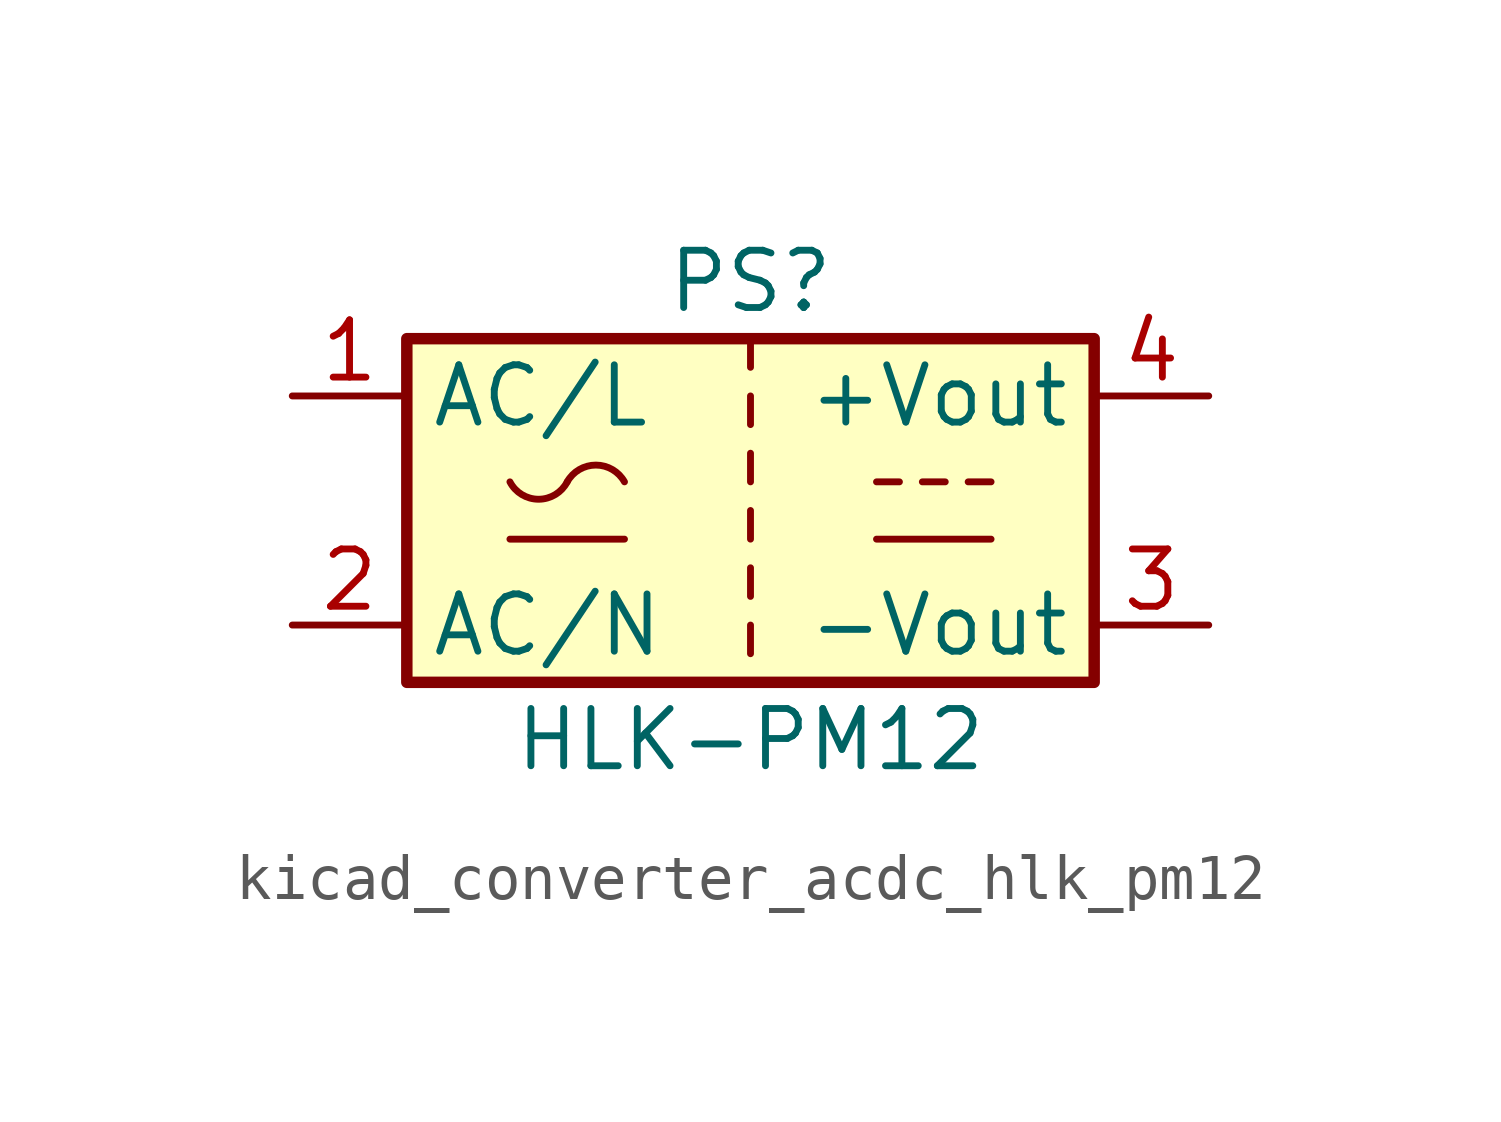
<source format=kicad_sym>
(kicad_symbol_lib
  (version 20220914)
  (generator kicad_symbol_editor)
  (symbol "kicad_converter_acdc_hlk_pm12"
    (property "Reference" "PS"
      (at 0 5.08 0)
      (effects (font (size 1.27 1.27))))
    (property "Value" "HLK-PM12"
      (at 0 -5.08 0)
      (effects (font (size 1.27 1.27))))
    (symbol "kicad_converter_acdc_hlk_pm12_0_1"
      (rectangle (start -7.62 3.81) (end 7.62 -3.81) (stroke (width 0.254) (type default)) (fill (type background)))
      (arc (start -5.334 0.635) (mid -4.699 0.2495) (end -4.064 0.635) (stroke (width 0) (type default)) (fill (type none)))
      (arc (start -2.794 0.635) (mid -3.429 1.0072) (end -4.064 0.635) (stroke (width 0) (type default)) (fill (type none)))
      (polyline (pts (xy -5.334 -0.635) (xy -2.794 -0.635)) (stroke (width 0) (type default)) (fill (type none)))
      (polyline (pts (xy 0 -2.54) (xy 0 -3.175)) (stroke (width 0) (type default)) (fill (type none)))
      (polyline (pts (xy 0 -1.27) (xy 0 -1.905)) (stroke (width 0) (type default)) (fill (type none)))
      (polyline (pts (xy 0 0) (xy 0 -0.635)) (stroke (width 0) (type default)) (fill (type none)))
      (polyline (pts (xy 0 1.27) (xy 0 0.635)) (stroke (width 0) (type default)) (fill (type none)))
      (polyline (pts (xy 0 2.54) (xy 0 1.905)) (stroke (width 0) (type default)) (fill (type none)))
      (polyline (pts (xy 0 3.81) (xy 0 3.175)) (stroke (width 0) (type default)) (fill (type none)))
      (polyline (pts (xy 2.794 -0.635) (xy 5.334 -0.635)) (stroke (width 0) (type default)) (fill (type none)))
      (polyline (pts (xy 2.794 0.635) (xy 3.302 0.635)) (stroke (width 0) (type default)) (fill (type none)))
      (polyline (pts (xy 3.81 0.635) (xy 4.318 0.635)) (stroke (width 0) (type default)) (fill (type none)))
      (polyline (pts (xy 4.826 0.635) (xy 5.334 0.635)) (stroke (width 0) (type default)) (fill (type none))))
    (symbol "kicad_converter_acdc_hlk_pm12_1_1"
      (pin power_in line (at -10.16 2.54 0) (length 2.54) (name "AC/L" (effects (font (size 1.27 1.27)))) (number "1" (effects (font (size 1.27 1.27)))))
      (pin power_in line (at -10.16 -2.54 0) (length 2.54) (name "AC/N" (effects (font (size 1.27 1.27)))) (number "2" (effects (font (size 1.27 1.27)))))
      (pin power_out line (at 10.16 -2.54 180) (length 2.54) (name "-Vout" (effects (font (size 1.27 1.27)))) (number "3" (effects (font (size 1.27 1.27)))))
      (pin power_out line (at 10.16 2.54 180) (length 2.54) (name "+Vout" (effects (font (size 1.27 1.27)))) (number "4" (effects (font (size 1.27 1.27))))))))
</source>
